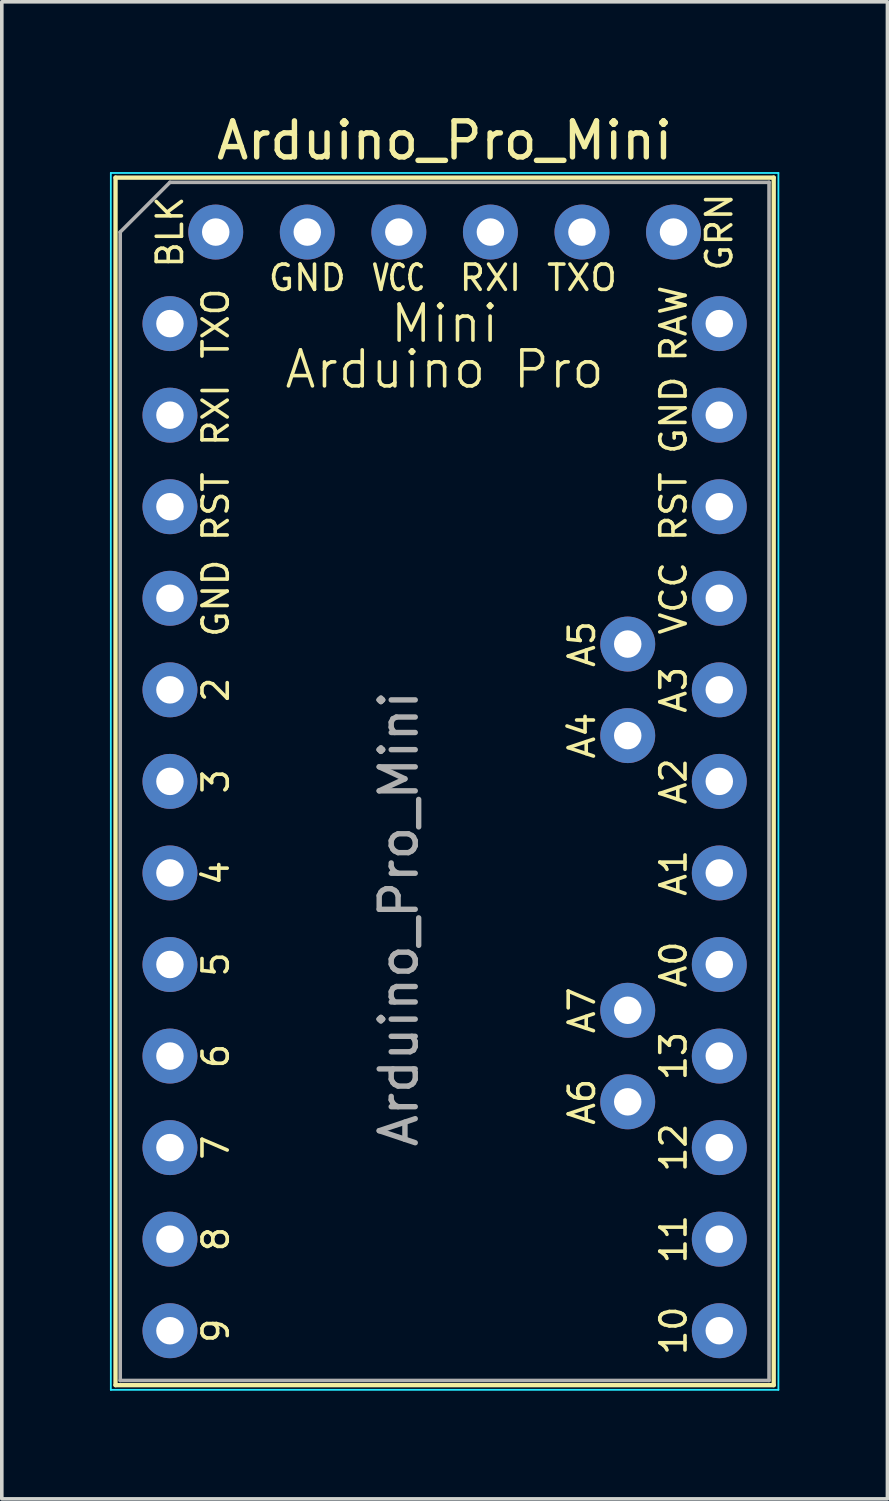
<source format=kicad_pcb>
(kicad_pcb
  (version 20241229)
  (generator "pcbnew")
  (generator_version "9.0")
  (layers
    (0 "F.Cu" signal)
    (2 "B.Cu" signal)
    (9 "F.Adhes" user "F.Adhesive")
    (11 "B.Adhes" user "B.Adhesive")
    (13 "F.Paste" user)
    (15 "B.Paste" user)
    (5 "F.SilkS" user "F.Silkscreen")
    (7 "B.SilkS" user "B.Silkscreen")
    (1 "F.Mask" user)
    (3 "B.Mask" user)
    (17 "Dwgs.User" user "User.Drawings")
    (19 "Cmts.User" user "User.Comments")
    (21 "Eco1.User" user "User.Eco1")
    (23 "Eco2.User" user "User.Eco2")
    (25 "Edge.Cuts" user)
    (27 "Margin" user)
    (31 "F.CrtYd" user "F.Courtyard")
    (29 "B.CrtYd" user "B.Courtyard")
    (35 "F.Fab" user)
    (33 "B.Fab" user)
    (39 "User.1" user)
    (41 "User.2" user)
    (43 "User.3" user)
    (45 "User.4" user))
  (footprint "Arduino_Pro_Mini"
    (layer "F.Cu")
    (at 1.665 5.928)
    (property "Reference" "Arduino_Pro_Mini" (at 7.62 -5.08 180) (layer "F.SilkS") (effects (font (size 1 1) (thickness 0.15))))
    (attr through_hole)
    (fp_line (start -1.51 -4.05) (end -1.51 29.45) (stroke (width 0.12) (type solid)) (layer "F.SilkS"))
    (fp_line (start -1.51 29.45) (end 16.75 29.45) (stroke (width 0.12) (type solid)) (layer "F.SilkS"))
    (fp_line (start 16.75 -4.05) (end -1.51 -4.05) (stroke (width 0.12) (type solid)) (layer "F.SilkS"))
    (fp_line (start 16.75 29.45) (end 16.75 -4.05) (stroke (width 0.12) (type solid)) (layer "F.SilkS"))
    (fp_line (start -1.64 -4.18) (end -1.64 29.58) (stroke (width 0.05) (type solid)) (layer "B.CrtYd"))
    (fp_line (start -1.64 29.58) (end 16.88 29.58) (stroke (width 0.05) (type solid)) (layer "B.CrtYd"))
    (fp_line (start 16.88 -4.18) (end -1.64 -4.18) (stroke (width 0.05) (type solid)) (layer "B.CrtYd"))
    (fp_line (start 16.88 29.58) (end 16.88 -4.18) (stroke (width 0.05) (type solid)) (layer "B.CrtYd"))
    (fp_line (start -1.38 -2.54) (end -1.38 29.32) (stroke (width 0.1) (type solid)) (layer "F.Fab"))
    (fp_line (start -1.38 29.32) (end 16.62 29.32) (stroke (width 0.1) (type solid)) (layer "F.Fab"))
    (fp_line (start 0 -3.92) (end -1.38 -2.54) (stroke (width 0.1) (type solid)) (layer "F.Fab"))
    (fp_line (start 16.62 -3.92) (end 0 -3.92) (stroke (width 0.1) (type solid)) (layer "F.Fab"))
    (fp_line (start 16.62 29.32) (end 16.62 -3.92) (stroke (width 0.1) (type solid)) (layer "F.Fab"))
    (fp_text user "VCC" (at 6.35 -1.27 0) (layer "F.SilkS") (effects (font (size 0.7 0.5) (thickness 0.1))))
    (fp_text user "BLK" (at 0 -2.54 90) (layer "F.SilkS") (effects (font (size 0.7 0.7) (thickness 0.1))))
    (fp_text user "RAW" (at 13.97 0 90) (layer "F.SilkS") (effects (font (size 0.7 0.7) (thickness 0.1))))
    (fp_text user "RST" (at 1.27 5.08 90) (layer "F.SilkS") (effects (font (size 0.7 0.7) (thickness 0.1))))
    (fp_text user "12" (at 13.97 22.86 90) (layer "F.SilkS") (effects (font (size 0.7 0.7) (thickness 0.1))))
    (fp_text user "5" (at 1.27 17.78 90) (layer "F.SilkS") (effects (font (size 0.7 0.7) (thickness 0.1))))
    (fp_text user "A1" (at 13.97 15.24 90) (layer "F.SilkS") (effects (font (size 0.7 0.7) (thickness 0.1))))
    (fp_text user "4" (at 1.27 15.24 90) (layer "F.SilkS") (effects (font (size 0.7 0.7) (thickness 0.1))))
    (fp_text user "GRN" (at 15.24 -2.54 90) (layer "F.SilkS") (effects (font (size 0.7 0.7) (thickness 0.1))))
    (fp_text user "VCC" (at 13.97 7.62 90) (layer "F.SilkS") (effects (font (size 0.7 0.7) (thickness 0.1))))
    (fp_text user "TXO" (at 11.43 -1.27 0) (layer "F.SilkS") (effects (font (size 0.7 0.7) (thickness 0.1))))
    (fp_text user "2" (at 1.27 10.16 90) (layer "F.SilkS") (effects (font (size 0.7 0.7) (thickness 0.1))))
    (fp_text user "A7" (at 11.43 19.05 90) (layer "F.SilkS") (effects (font (size 0.7 0.7) (thickness 0.1))))
    (fp_text user "A4" (at 11.43 11.43 90) (layer "F.SilkS") (effects (font (size 0.7 0.7) (thickness 0.1))))
    (fp_text user "A3" (at 13.97 10.16 90) (layer "F.SilkS") (effects (font (size 0.7 0.7) (thickness 0.1))))
    (fp_text user "8" (at 1.27 25.4 90) (layer "F.SilkS") (effects (font (size 0.7 0.7) (thickness 0.1))))
    (fp_text user "Arduino Pro" (at 7.62 1.27 0) (layer "F.SilkS") (effects (font (size 1 1) (thickness 0.1))))
    (fp_text user "GND" (at 1.27 7.62 90) (layer "F.SilkS") (effects (font (size 0.7 0.7) (thickness 0.1))))
    (fp_text user "3" (at 1.27 12.7 90) (layer "F.SilkS") (effects (font (size 0.7 0.7) (thickness 0.1))))
    (fp_text user "A0" (at 13.97 17.78 90) (layer "F.SilkS") (effects (font (size 0.7 0.7) (thickness 0.1))))
    (fp_text user "GND" (at 3.81 -1.27 0) (layer "F.SilkS") (effects (font (size 0.7 0.7) (thickness 0.1))))
    (fp_text user "13" (at 13.97 20.32 90) (layer "F.SilkS") (effects (font (size 0.7 0.7) (thickness 0.1))))
    (fp_text user "10" (at 13.97 27.94 90) (layer "F.SilkS") (effects (font (size 0.7 0.7) (thickness 0.1))))
    (fp_text user "9" (at 1.27 27.94 90) (layer "F.SilkS") (effects (font (size 0.7 0.7) (thickness 0.1))))
    (fp_text user "A2" (at 13.97 12.7 90) (layer "F.SilkS") (effects (font (size 0.7 0.7) (thickness 0.1))))
    (fp_text user "11" (at 13.97 25.4 90) (layer "F.SilkS") (effects (font (size 0.7 0.7) (thickness 0.1))))
    (fp_text user "6" (at 1.27 20.32 90) (layer "F.SilkS") (effects (font (size 0.7 0.7) (thickness 0.1))))
    (fp_text user "7" (at 1.27 22.86 90) (layer "F.SilkS") (effects (font (size 0.7 0.7) (thickness 0.1))))
    (fp_text user "RXI" (at 8.89 -1.27 0) (layer "F.SilkS") (effects (font (size 0.7 0.7) (thickness 0.1))))
    (fp_text user "TXO" (at 1.27 0 90) (layer "F.SilkS") (effects (font (size 0.7 0.7) (thickness 0.1))))
    (fp_text user "A5" (at 11.43 8.89 90) (layer "F.SilkS") (effects (font (size 0.7 0.7) (thickness 0.1))))
    (fp_text user "Mini" (at 7.62 0 0) (layer "F.SilkS") (effects (font (size 1 1) (thickness 0.1))))
    (fp_text user "GND" (at 13.97 2.54 90) (layer "F.SilkS") (effects (font (size 0.7 0.7) (thickness 0.1))))
    (fp_text user "RXI" (at 1.27 2.54 90) (layer "F.SilkS") (effects (font (size 0.7 0.7) (thickness 0.1))))
    (fp_text user "A6" (at 11.43 21.59 90) (layer "F.SilkS") (effects (font (size 0.7 0.7) (thickness 0.1))))
    (fp_text user "RST" (at 13.97 5.08 90) (layer "F.SilkS") (effects (font (size 0.7 0.7) (thickness 0.1))))
    (fp_text user "${REFERENCE}" (at 6.35 16.51 270) (layer "F.Fab") (effects (font (size 1 1) (thickness 0.15))))
    (pad "1" thru_hole circle (at 0 0) (size 1.524 1.524) (drill 0.762) (layers "*.Cu" "*.Mask"))
    (pad "2" thru_hole circle (at 0 2.54) (size 1.524 1.524) (drill 0.762) (layers "*.Cu" "*.Mask"))
    (pad "3" thru_hole circle (at 0 5.08) (size 1.524 1.524) (drill 0.762) (layers "*.Cu" "*.Mask"))
    (pad "4" thru_hole circle (at 0 7.62) (size 1.524 1.524) (drill 0.762) (layers "*.Cu" "*.Mask"))
    (pad "5" thru_hole circle (at 0 10.16) (size 1.524 1.524) (drill 0.762) (layers "*.Cu" "*.Mask"))
    (pad "6" thru_hole circle (at 0 12.7) (size 1.524 1.524) (drill 0.762) (layers "*.Cu" "*.Mask"))
    (pad "7" thru_hole circle (at 0 15.24) (size 1.524 1.524) (drill 0.762) (layers "*.Cu" "*.Mask"))
    (pad "8" thru_hole circle (at 0 17.78) (size 1.524 1.524) (drill 0.762) (layers "*.Cu" "*.Mask"))
    (pad "9" thru_hole circle (at 0 20.32) (size 1.524 1.524) (drill 0.762) (layers "*.Cu" "*.Mask"))
    (pad "10" thru_hole circle (at 0 22.86) (size 1.524 1.524) (drill 0.762) (layers "*.Cu" "*.Mask"))
    (pad "11" thru_hole circle (at 0 25.4) (size 1.524 1.524) (drill 0.762) (layers "*.Cu" "*.Mask"))
    (pad "12" thru_hole circle (at 0 27.94) (size 1.524 1.524) (drill 0.762) (layers "*.Cu" "*.Mask"))
    (pad "13" thru_hole circle (at 15.24 27.94) (size 1.524 1.524) (drill 0.762) (layers "*.Cu" "*.Mask"))
    (pad "14" thru_hole circle (at 15.24 25.4) (size 1.524 1.524) (drill 0.762) (layers "*.Cu" "*.Mask"))
    (pad "15" thru_hole circle (at 15.24 22.86 180) (size 1.524 1.524) (drill 0.762) (layers "*.Cu" "*.Mask"))
    (pad "16" thru_hole circle (at 15.24 20.32) (size 1.524 1.524) (drill 0.762) (layers "*.Cu" "*.Mask"))
    (pad "17" thru_hole circle (at 15.24 17.78) (size 1.524 1.524) (drill 0.762) (layers "*.Cu" "*.Mask"))
    (pad "18" thru_hole circle (at 15.24 15.24) (size 1.524 1.524) (drill 0.762) (layers "*.Cu" "*.Mask"))
    (pad "19" thru_hole circle (at 15.24 12.7) (size 1.524 1.524) (drill 0.762) (layers "*.Cu" "*.Mask"))
    (pad "20" thru_hole circle (at 15.24 10.16) (size 1.524 1.524) (drill 0.762) (layers "*.Cu" "*.Mask"))
    (pad "21" thru_hole circle (at 15.24 7.62) (size 1.524 1.524) (drill 0.762) (layers "*.Cu" "*.Mask"))
    (pad "22" thru_hole circle (at 15.24 5.08) (size 1.524 1.524) (drill 0.762) (layers "*.Cu" "*.Mask"))
    (pad "23" thru_hole circle (at 15.24 2.54) (size 1.524 1.524) (drill 0.762) (layers "*.Cu" "*.Mask"))
    (pad "24" thru_hole circle (at 15.24 0) (size 1.524 1.524) (drill 0.762) (layers "*.Cu" "*.Mask"))
    (pad "25" thru_hole circle (at 13.97 -2.54) (size 1.524 1.524) (drill 0.762) (layers "*.Cu" "*.Mask"))
    (pad "26" thru_hole circle (at 11.43 -2.54) (size 1.524 1.524) (drill 0.762) (layers "*.Cu" "*.Mask"))
    (pad "27" thru_hole circle (at 8.89 -2.54) (size 1.524 1.524) (drill 0.762) (layers "*.Cu" "*.Mask"))
    (pad "28" thru_hole circle (at 6.35 -2.54) (size 1.524 1.524) (drill 0.762) (layers "*.Cu" "*.Mask"))
    (pad "29" thru_hole circle (at 3.81 -2.54) (size 1.524 1.524) (drill 0.762) (layers "*.Cu" "*.Mask"))
    (pad "30" thru_hole circle (at 1.27 -2.54) (size 1.524 1.524) (drill 0.762) (layers "*.Cu" "*.Mask"))
    (pad "31" thru_hole circle (at 12.7 21.59) (size 1.524 1.524) (drill 0.762) (layers "*.Cu" "*.Mask"))
    (pad "32" thru_hole circle (at 12.7 19.05) (size 1.524 1.524) (drill 0.762) (layers "*.Cu" "*.Mask"))
    (pad "33" thru_hole circle (at 12.7 11.43) (size 1.524 1.524) (drill 0.762) (layers "*.Cu" "*.Mask"))
    (pad "34" thru_hole circle (at 12.7 8.89) (size 1.524 1.524) (drill 0.762) (layers "*.Cu" "*.Mask")))
  (gr_rect
    (start -3 -3)
    (end 21.57 38.533)
    (stroke (width 0.1) (type default))
    (fill no)
    (layer "Edge.Cuts")))
</source>
